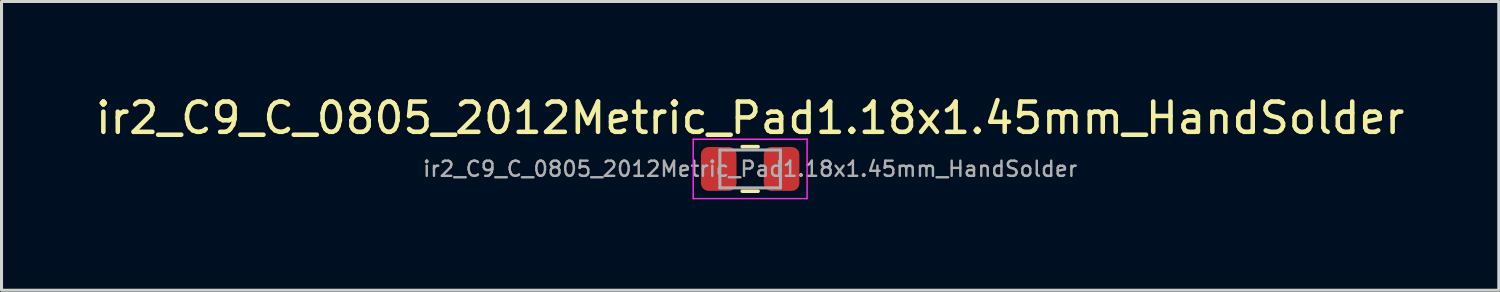
<source format=kicad_pcb>
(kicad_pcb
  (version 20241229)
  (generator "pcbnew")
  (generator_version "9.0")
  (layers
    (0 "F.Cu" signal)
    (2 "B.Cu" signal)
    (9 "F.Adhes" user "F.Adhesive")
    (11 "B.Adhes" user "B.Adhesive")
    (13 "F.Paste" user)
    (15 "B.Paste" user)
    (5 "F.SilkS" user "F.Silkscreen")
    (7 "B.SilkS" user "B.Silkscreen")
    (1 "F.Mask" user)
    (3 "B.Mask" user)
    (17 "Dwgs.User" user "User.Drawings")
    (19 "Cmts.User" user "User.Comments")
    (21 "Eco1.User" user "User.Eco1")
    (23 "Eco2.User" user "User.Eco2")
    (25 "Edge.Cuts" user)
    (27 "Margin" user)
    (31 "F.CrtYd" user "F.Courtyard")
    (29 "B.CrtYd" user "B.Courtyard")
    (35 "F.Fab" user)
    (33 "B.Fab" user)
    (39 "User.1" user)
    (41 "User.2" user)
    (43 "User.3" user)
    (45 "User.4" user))
  (footprint "ir2_C9_C_0805_2012Metric_Pad1.18x1.45mm_HandSolder"
    (layer "F.Cu")
    (at 21.72 2.528)
    (property "Reference" "ir2_C9_C_0805_2012Metric_Pad1.18x1.45mm_HandSolder" (at 0 -1.68 0) (layer "F.SilkS") (effects (font (size 1 1) (thickness 0.15))))
    (attr smd)
    (fp_line (start -0.261 -0.735) (end 0.261 -0.735) (stroke (width 0.12) (type solid)) (layer "F.SilkS"))
    (fp_line (start -0.261 0.735) (end 0.261 0.735) (stroke (width 0.12) (type solid)) (layer "F.SilkS"))
    (fp_line (start -1.88 -0.98) (end 1.88 -0.98) (stroke (width 0.05) (type solid)) (layer "F.CrtYd"))
    (fp_line (start -1.88 0.98) (end -1.88 -0.98) (stroke (width 0.05) (type solid)) (layer "F.CrtYd"))
    (fp_line (start 1.88 -0.98) (end 1.88 0.98) (stroke (width 0.05) (type solid)) (layer "F.CrtYd"))
    (fp_line (start 1.88 0.98) (end -1.88 0.98) (stroke (width 0.05) (type solid)) (layer "F.CrtYd"))
    (fp_line (start -1 -0.625) (end 1 -0.625) (stroke (width 0.1) (type solid)) (layer "F.Fab"))
    (fp_line (start -1 0.625) (end -1 -0.625) (stroke (width 0.1) (type solid)) (layer "F.Fab"))
    (fp_line (start 1 -0.625) (end 1 0.625) (stroke (width 0.1) (type solid)) (layer "F.Fab"))
    (fp_line (start 1 0.625) (end -1 0.625) (stroke (width 0.1) (type solid)) (layer "F.Fab"))
    (fp_text user "${REFERENCE}" (at 0 0 0) (layer "F.Fab") (effects (font (size 0.5 0.5) (thickness 0.08))))
    (pad "1" smd roundrect (at -1.038 0) (size 1.175 1.45) (layers "F.Cu" "F.Mask" "F.Paste") (roundrect_rratio 0.213))
    (pad "2" smd roundrect (at 1.038 0) (size 1.175 1.45) (layers "F.Cu" "F.Mask" "F.Paste") (roundrect_rratio 0.213)))
  (gr_rect
    (start -3 -3)
    (end 46.44 6.533)
    (stroke (width 0.1) (type default))
    (fill no)
    (layer "Edge.Cuts")))
</source>
